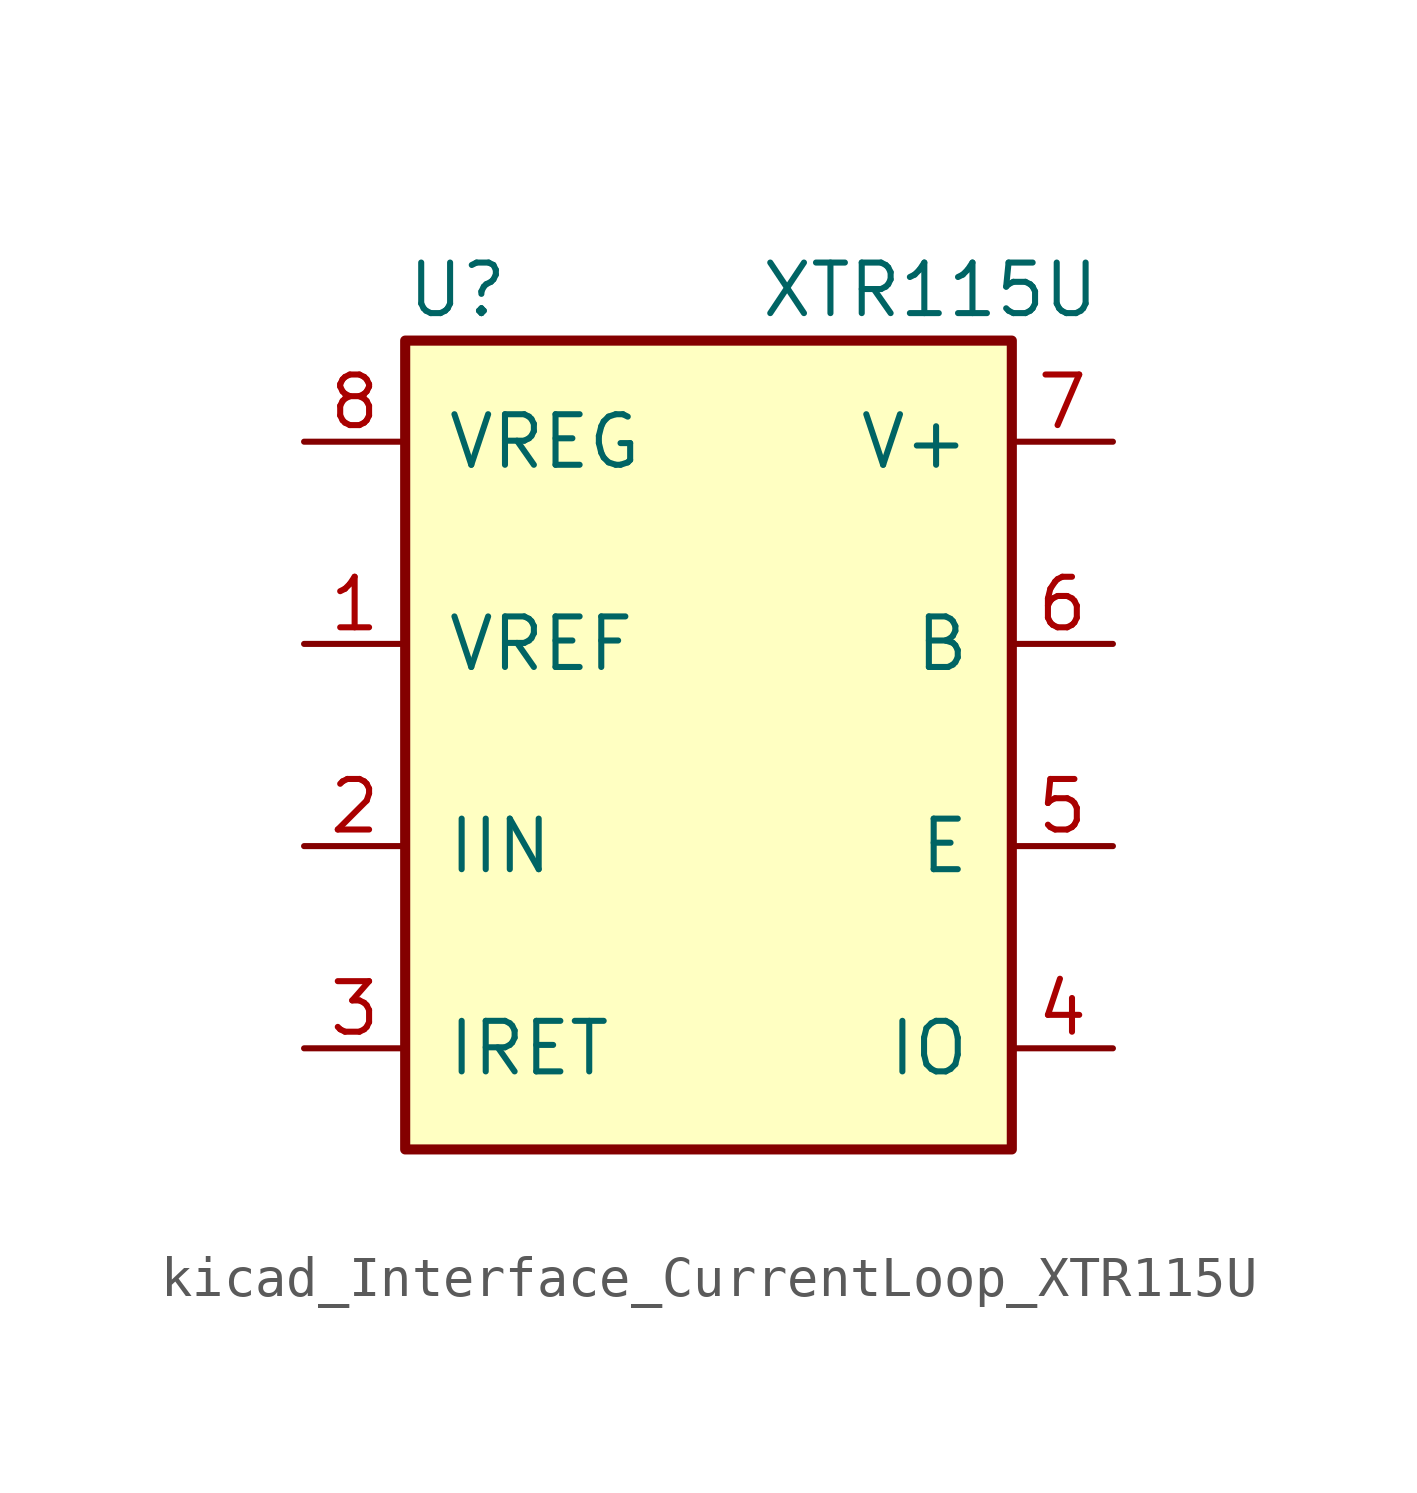
<source format=kicad_sym>
(kicad_symbol_lib
  (version 20220914)
  (generator kicad_symbol_editor)
  (symbol "kicad_Interface_CurrentLoop_XTR115U"
    (pin_names
      (offset 1.016))
    (property "Reference" "U"
      (at -7.62 13.97 0)
      (effects (font (size 1.27 1.27)) (justify left)))
    (property "Value" "XTR115U"
      (at 1.27 13.97 0)
      (effects (font (size 1.27 1.27)) (justify left)))
    (symbol "kicad_Interface_CurrentLoop_XTR115U_0_1"
      (rectangle (start -7.62 12.7) (end 7.62 -7.62) (stroke (width 0.254) (type default)) (fill (type background))))
    (symbol "kicad_Interface_CurrentLoop_XTR115U_1_1"
      (pin output line (at -10.16 5.08 0) (length 2.54) (name "VREF" (effects (font (size 1.27 1.27)))) (number "1" (effects (font (size 1.27 1.27)))))
      (pin input line (at -10.16 0 0) (length 2.54) (name "IIN" (effects (font (size 1.27 1.27)))) (number "2" (effects (font (size 1.27 1.27)))))
      (pin input line (at -10.16 -5.08 0) (length 2.54) (name "IRET" (effects (font (size 1.27 1.27)))) (number "3" (effects (font (size 1.27 1.27)))))
      (pin passive line (at 10.16 -5.08 180) (length 2.54) (name "IO" (effects (font (size 1.27 1.27)))) (number "4" (effects (font (size 1.27 1.27)))))
      (pin passive line (at 10.16 0 180) (length 2.54) (name "E" (effects (font (size 1.27 1.27)))) (number "5" (effects (font (size 1.27 1.27)))))
      (pin output line (at 10.16 5.08 180) (length 2.54) (name "B" (effects (font (size 1.27 1.27)))) (number "6" (effects (font (size 1.27 1.27)))))
      (pin output line (at 10.16 10.16 180) (length 2.54) (name "V+" (effects (font (size 1.27 1.27)))) (number "7" (effects (font (size 1.27 1.27)))))
      (pin output line (at -10.16 10.16 0) (length 2.54) (name "VREG" (effects (font (size 1.27 1.27)))) (number "8" (effects (font (size 1.27 1.27))))))))
</source>
